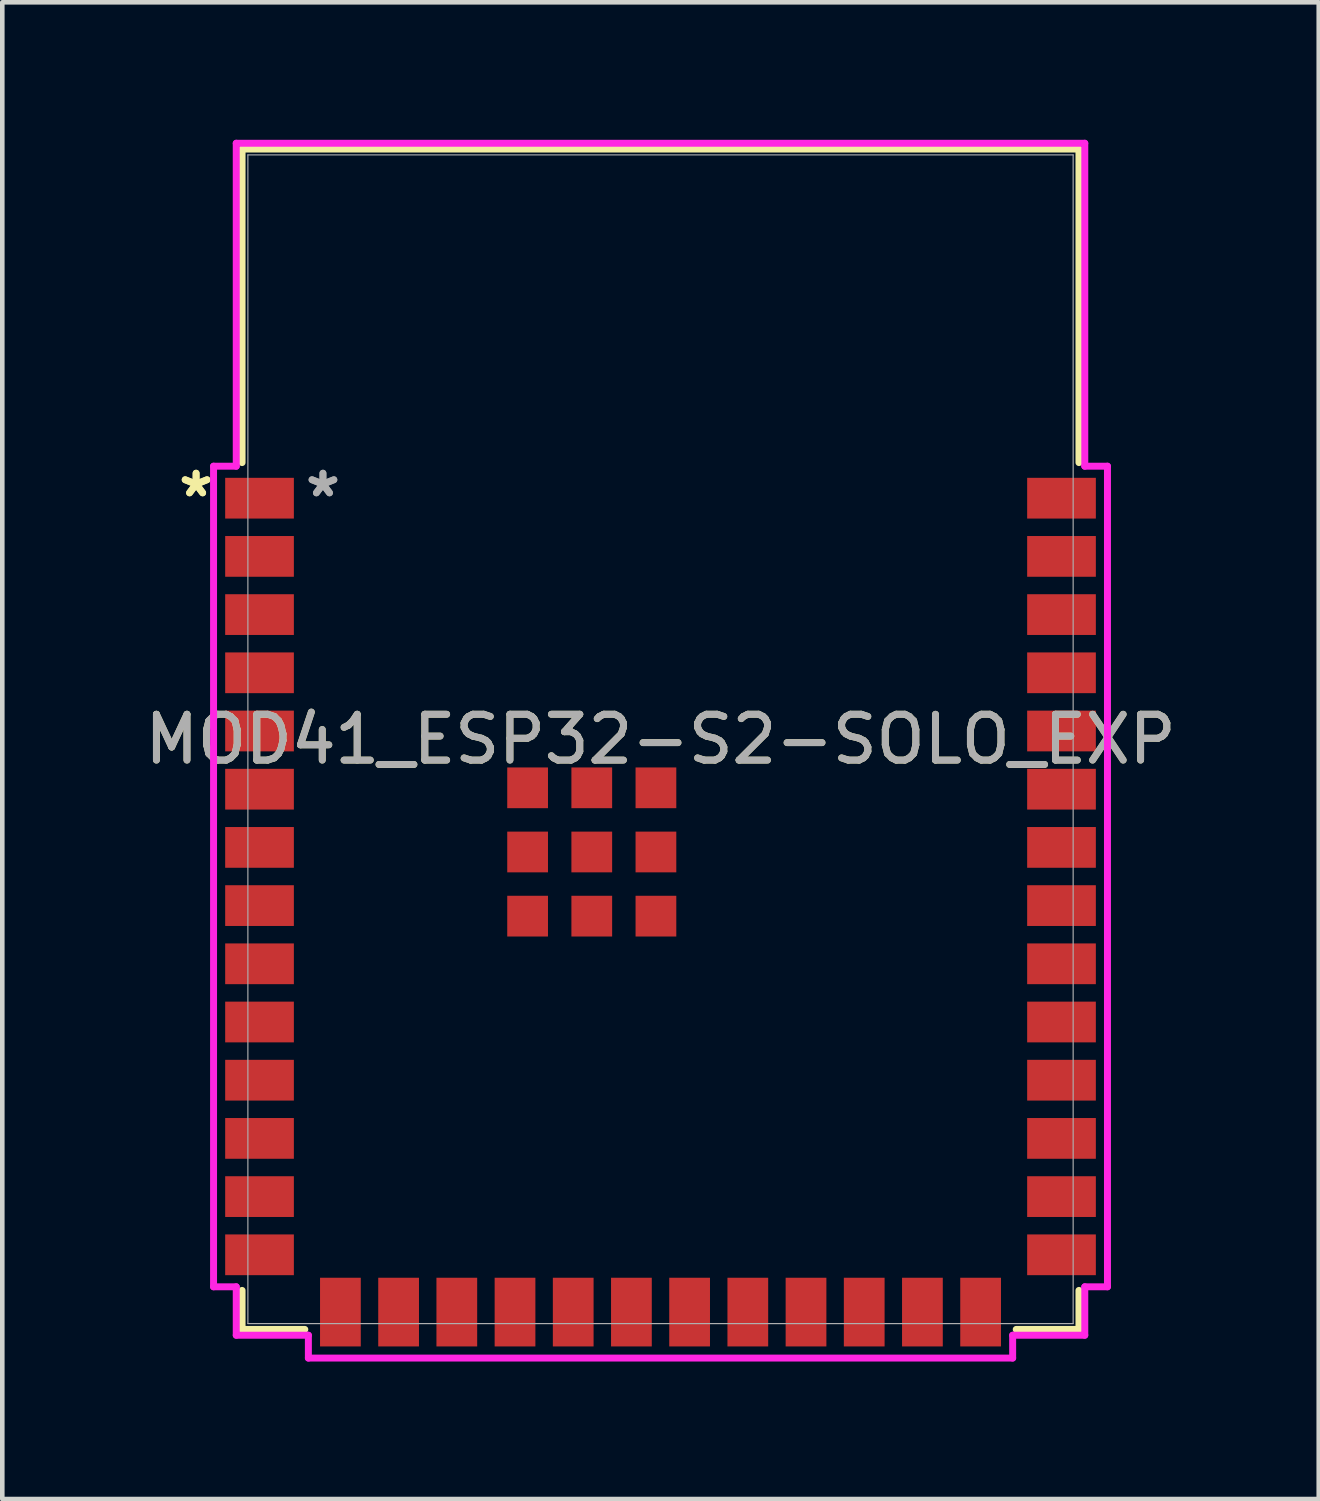
<source format=kicad_pcb>
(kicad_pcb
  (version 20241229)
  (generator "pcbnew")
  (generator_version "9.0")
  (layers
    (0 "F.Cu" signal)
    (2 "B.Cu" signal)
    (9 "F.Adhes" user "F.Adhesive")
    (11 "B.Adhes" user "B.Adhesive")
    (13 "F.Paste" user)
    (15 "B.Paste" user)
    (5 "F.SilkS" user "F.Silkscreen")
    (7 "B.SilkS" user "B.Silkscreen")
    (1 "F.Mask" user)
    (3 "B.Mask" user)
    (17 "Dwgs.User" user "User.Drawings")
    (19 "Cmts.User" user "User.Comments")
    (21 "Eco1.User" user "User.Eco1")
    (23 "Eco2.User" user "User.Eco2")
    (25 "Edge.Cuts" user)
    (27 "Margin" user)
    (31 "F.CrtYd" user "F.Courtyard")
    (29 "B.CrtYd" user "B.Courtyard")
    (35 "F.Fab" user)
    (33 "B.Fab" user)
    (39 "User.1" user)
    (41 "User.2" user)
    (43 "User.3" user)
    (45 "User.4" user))
  (footprint "MOD41_ESP32-S2-SOLO_EXP"
    (layer "F.Cu")
    (at 11.363 13.081)
    (property "Reference" "MOD41_ESP32-S2-SOLO_EXP" (at 0 0 0) (unlocked yes) (layer "F.SilkS") (effects (font (size 1 1) (thickness 0.15))))
    (attr smd)
    (fp_line (start -9.131 -12.878) (end 9.131 -12.878) (stroke (width 0.152) (type solid)) (layer "F.SilkS"))
    (fp_line (start -9.131 -6.037) (end -9.131 -12.878) (stroke (width 0.152) (type solid)) (layer "F.SilkS"))
    (fp_line (start -9.131 12.878) (end -9.131 12.027) (stroke (width 0.152) (type solid)) (layer "F.SilkS"))
    (fp_line (start -7.762 12.878) (end -9.131 12.878) (stroke (width 0.152) (type solid)) (layer "F.SilkS"))
    (fp_line (start 9.131 -12.878) (end 9.131 -6.037) (stroke (width 0.152) (type solid)) (layer "F.SilkS"))
    (fp_line (start 9.131 12.027) (end 9.131 12.878) (stroke (width 0.152) (type solid)) (layer "F.SilkS"))
    (fp_line (start 9.131 12.878) (end 7.762 12.878) (stroke (width 0.152) (type solid)) (layer "F.SilkS"))
    (fp_poly (pts (xy -9.004 -12.751) (xy -9.004 -6.756) (xy 9.004 -6.756) (xy 9.004 -12.751)) (stroke (width 0.1) (type solid)) (fill no) (layer "Eco2.User"))
    (fp_line (start -9.753 -5.958) (end -9.753 11.948) (stroke (width 0.152) (type solid)) (layer "F.CrtYd"))
    (fp_line (start -9.753 11.948) (end -9.258 11.948) (stroke (width 0.152) (type solid)) (layer "F.CrtYd"))
    (fp_line (start -9.258 -13.005) (end -9.258 -5.958) (stroke (width 0.152) (type solid)) (layer "F.CrtYd"))
    (fp_line (start -9.258 -5.958) (end -9.753 -5.958) (stroke (width 0.152) (type solid)) (layer "F.CrtYd"))
    (fp_line (start -9.258 11.948) (end -9.258 13.005) (stroke (width 0.152) (type solid)) (layer "F.CrtYd"))
    (fp_line (start -9.258 13.005) (end -7.684 13.005) (stroke (width 0.152) (type solid)) (layer "F.CrtYd"))
    (fp_line (start -7.684 13.005) (end -7.684 13.503) (stroke (width 0.152) (type solid)) (layer "F.CrtYd"))
    (fp_line (start -7.684 13.503) (end 7.684 13.503) (stroke (width 0.152) (type solid)) (layer "F.CrtYd"))
    (fp_line (start 7.684 13.005) (end 9.258 13.005) (stroke (width 0.152) (type solid)) (layer "F.CrtYd"))
    (fp_line (start 7.684 13.503) (end 7.684 13.005) (stroke (width 0.152) (type solid)) (layer "F.CrtYd"))
    (fp_line (start 9.258 -13.005) (end -9.258 -13.005) (stroke (width 0.152) (type solid)) (layer "F.CrtYd"))
    (fp_line (start 9.258 -5.958) (end 9.258 -13.005) (stroke (width 0.152) (type solid)) (layer "F.CrtYd"))
    (fp_line (start 9.258 11.948) (end 9.753 11.948) (stroke (width 0.152) (type solid)) (layer "F.CrtYd"))
    (fp_line (start 9.258 13.005) (end 9.258 11.948) (stroke (width 0.152) (type solid)) (layer "F.CrtYd"))
    (fp_line (start 9.753 -5.958) (end 9.258 -5.958) (stroke (width 0.152) (type solid)) (layer "F.CrtYd"))
    (fp_line (start 9.753 11.948) (end 9.753 -5.958) (stroke (width 0.152) (type solid)) (layer "F.CrtYd"))
    (fp_line (start -9.004 -12.751) (end -9.004 12.751) (stroke (width 0.025) (type solid)) (layer "F.Fab"))
    (fp_line (start -9.004 12.751) (end 9.004 12.751) (stroke (width 0.025) (type solid)) (layer "F.Fab"))
    (fp_line (start 9.004 -12.751) (end -9.004 -12.751) (stroke (width 0.025) (type solid)) (layer "F.Fab"))
    (fp_line (start 9.004 12.751) (end 9.004 -12.751) (stroke (width 0.025) (type solid)) (layer "F.Fab"))
    (fp_text user "*" (at -10.134 -5.26 0) (layer "F.SilkS") (effects (font (size 1 1) (thickness 0.15))))
    (fp_text user "*" (at -10.134 -5.26 0) (unlocked yes) (layer "F.SilkS") (effects (font (size 1 1) (thickness 0.15))))
    (fp_text user "${REFERENCE}" (at 0 0 0) (unlocked yes) (layer "F.Fab") (effects (font (size 1 1) (thickness 0.15))))
    (fp_text user "*" (at -7.366 -5.26 0) (unlocked yes) (layer "F.Fab") (effects (font (size 1 1) (thickness 0.15))))
    (fp_text user "*" (at -7.366 -5.26 0) (layer "F.Fab") (effects (font (size 1 1) (thickness 0.15))))
    (pad "1" smd rect (at -8.75 -5.26) (size 1.499 0.889) (layers "F.Cu" "F.Mask" "F.Paste"))
    (pad "2" smd rect (at -8.75 -3.99) (size 1.499 0.889) (layers "F.Cu" "F.Mask" "F.Paste"))
    (pad "3" smd rect (at -8.75 -2.72) (size 1.499 0.889) (layers "F.Cu" "F.Mask" "F.Paste"))
    (pad "4" smd rect (at -8.75 -1.45) (size 1.499 0.889) (layers "F.Cu" "F.Mask" "F.Paste"))
    (pad "5" smd rect (at -8.75 -0.18) (size 1.499 0.889) (layers "F.Cu" "F.Mask" "F.Paste"))
    (pad "6" smd rect (at -8.75 1.09) (size 1.499 0.889) (layers "F.Cu" "F.Mask" "F.Paste"))
    (pad "7" smd rect (at -8.75 2.36) (size 1.499 0.889) (layers "F.Cu" "F.Mask" "F.Paste"))
    (pad "8" smd rect (at -8.75 3.63) (size 1.499 0.889) (layers "F.Cu" "F.Mask" "F.Paste"))
    (pad "9" smd rect (at -8.75 4.9) (size 1.499 0.889) (layers "F.Cu" "F.Mask" "F.Paste"))
    (pad "10" smd rect (at -8.75 6.17) (size 1.499 0.889) (layers "F.Cu" "F.Mask" "F.Paste"))
    (pad "11" smd rect (at -8.75 7.44) (size 1.499 0.889) (layers "F.Cu" "F.Mask" "F.Paste"))
    (pad "12" smd rect (at -8.75 8.71) (size 1.499 0.889) (layers "F.Cu" "F.Mask" "F.Paste"))
    (pad "13" smd rect (at -8.75 9.98) (size 1.499 0.889) (layers "F.Cu" "F.Mask" "F.Paste"))
    (pad "14" smd rect (at -8.75 11.25) (size 1.499 0.889) (layers "F.Cu" "F.Mask" "F.Paste"))
    (pad "15" smd rect (at -6.985 12.5 90) (size 1.499 0.889) (layers "F.Cu" "F.Mask" "F.Paste"))
    (pad "16" smd rect (at -5.715 12.5 90) (size 1.499 0.889) (layers "F.Cu" "F.Mask" "F.Paste"))
    (pad "17" smd rect (at -4.445 12.5 90) (size 1.499 0.889) (layers "F.Cu" "F.Mask" "F.Paste"))
    (pad "18" smd rect (at -3.175 12.5 90) (size 1.499 0.889) (layers "F.Cu" "F.Mask" "F.Paste"))
    (pad "19" smd rect (at -1.905 12.5 90) (size 1.499 0.889) (layers "F.Cu" "F.Mask" "F.Paste"))
    (pad "20" smd rect (at -0.635 12.5 90) (size 1.499 0.889) (layers "F.Cu" "F.Mask" "F.Paste"))
    (pad "21" smd rect (at 0.635 12.5 90) (size 1.499 0.889) (layers "F.Cu" "F.Mask" "F.Paste"))
    (pad "22" smd rect (at 1.905 12.5 90) (size 1.499 0.889) (layers "F.Cu" "F.Mask" "F.Paste"))
    (pad "23" smd rect (at 3.175 12.5 90) (size 1.499 0.889) (layers "F.Cu" "F.Mask" "F.Paste"))
    (pad "24" smd rect (at 4.445 12.5 90) (size 1.499 0.889) (layers "F.Cu" "F.Mask" "F.Paste"))
    (pad "25" smd rect (at 5.715 12.5 90) (size 1.499 0.889) (layers "F.Cu" "F.Mask" "F.Paste"))
    (pad "26" smd rect (at 6.985 12.5 90) (size 1.499 0.889) (layers "F.Cu" "F.Mask" "F.Paste"))
    (pad "27" smd rect (at 8.75 11.25) (size 1.499 0.889) (layers "F.Cu" "F.Mask" "F.Paste"))
    (pad "28" smd rect (at 8.75 9.98) (size 1.499 0.889) (layers "F.Cu" "F.Mask" "F.Paste"))
    (pad "29" smd rect (at 8.75 8.71) (size 1.499 0.889) (layers "F.Cu" "F.Mask" "F.Paste"))
    (pad "30" smd rect (at 8.75 7.44) (size 1.499 0.889) (layers "F.Cu" "F.Mask" "F.Paste"))
    (pad "31" smd rect (at 8.75 6.17) (size 1.499 0.889) (layers "F.Cu" "F.Mask" "F.Paste"))
    (pad "32" smd rect (at 8.75 4.9) (size 1.499 0.889) (layers "F.Cu" "F.Mask" "F.Paste"))
    (pad "33" smd rect (at 8.75 3.63) (size 1.499 0.889) (layers "F.Cu" "F.Mask" "F.Paste"))
    (pad "34" smd rect (at 8.75 2.36) (size 1.499 0.889) (layers "F.Cu" "F.Mask" "F.Paste"))
    (pad "35" smd rect (at 8.75 1.09) (size 1.499 0.889) (layers "F.Cu" "F.Mask" "F.Paste"))
    (pad "36" smd rect (at 8.75 -0.18) (size 1.499 0.889) (layers "F.Cu" "F.Mask" "F.Paste"))
    (pad "37" smd rect (at 8.75 -1.45) (size 1.499 0.889) (layers "F.Cu" "F.Mask" "F.Paste"))
    (pad "38" smd rect (at 8.75 -2.72) (size 1.499 0.889) (layers "F.Cu" "F.Mask" "F.Paste"))
    (pad "39" smd rect (at 8.75 -3.99) (size 1.499 0.889) (layers "F.Cu" "F.Mask" "F.Paste"))
    (pad "40" smd rect (at 8.75 -5.26) (size 1.499 0.889) (layers "F.Cu" "F.Mask" "F.Paste"))
    (pad "41" smd rect (at -1.5 2.46) (size 0.889 0.889) (layers "F.Cu" "F.Mask" "F.Paste"))
    (pad "42" smd rect (at -2.9 1.06) (size 0.889 0.889) (layers "F.Cu" "F.Mask" "F.Paste"))
    (pad "43" smd rect (at -2.9 2.46) (size 0.889 0.889) (layers "F.Cu" "F.Mask" "F.Paste"))
    (pad "44" smd rect (at -2.9 3.86) (size 0.889 0.889) (layers "F.Cu" "F.Mask" "F.Paste"))
    (pad "45" smd rect (at -1.5 3.86) (size 0.889 0.889) (layers "F.Cu" "F.Mask" "F.Paste"))
    (pad "46" smd rect (at -0.1 3.86) (size 0.889 0.889) (layers "F.Cu" "F.Mask" "F.Paste"))
    (pad "47" smd rect (at -0.1 2.46) (size 0.889 0.889) (layers "F.Cu" "F.Mask" "F.Paste"))
    (pad "48" smd rect (at -0.1 1.06) (size 0.889 0.889) (layers "F.Cu" "F.Mask" "F.Paste"))
    (pad "49" smd rect (at -1.5 1.06) (size 0.889 0.889) (layers "F.Cu" "F.Mask" "F.Paste")))
  (gr_rect
    (start -3 -3)
    (end 25.726 29.66)
    (stroke (width 0.1) (type default))
    (fill no)
    (layer "Edge.Cuts")))
</source>
